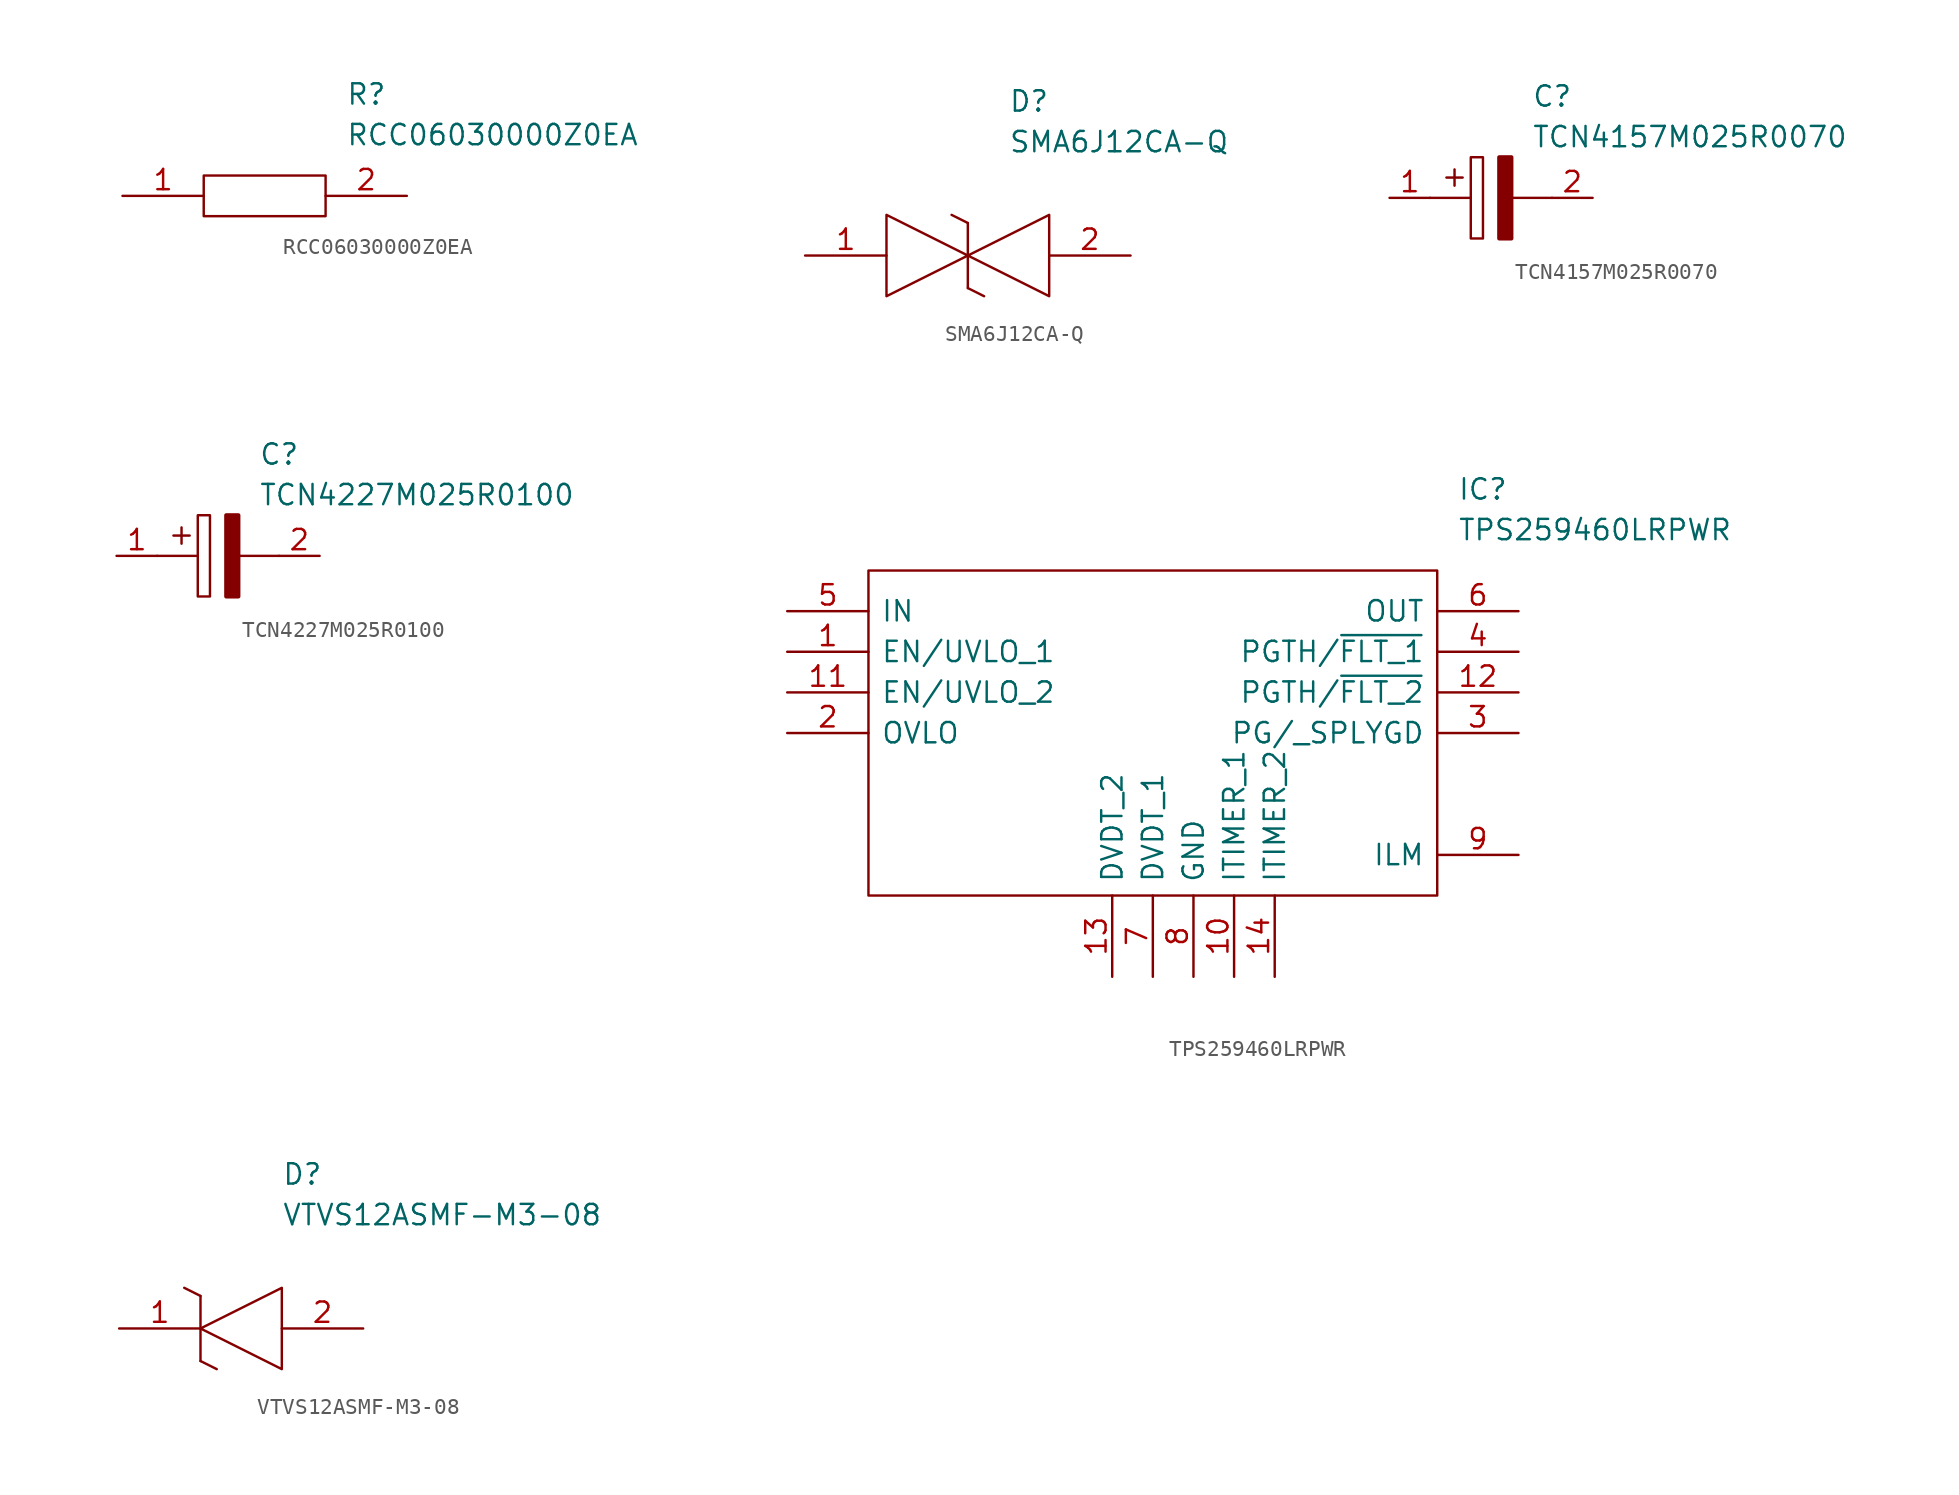
<source format=kicad_sym>
(kicad_symbol_lib
  (version 20211014)
  (generator kicad_symbol_editor)
  (symbol "RCC06030000Z0EA"
    (pin_names
      (offset 0.762))
    (property "Reference" "R"
      (at 13.97 6.35 0)
      (effects (font (size 1.27 1.27)) (justify left)))
    (property "Value" "RCC06030000Z0EA"
      (at 13.97 3.81 0)
      (effects (font (size 1.27 1.27)) (justify left)))
    (symbol "RCC06030000Z0EA_0_0"
      (pin passive line (at 0 0 0) (length 5.08) (name "~" (effects (font (size 1.27 1.27)))) (number "1" (effects (font (size 1.27 1.27)))))
      (pin passive line (at 17.78 0 180) (length 5.08) (name "~" (effects (font (size 1.27 1.27)))) (number "2" (effects (font (size 1.27 1.27))))))
    (symbol "RCC06030000Z0EA_0_1"
      (polyline (pts (xy 5.08 1.27) (xy 12.7 1.27) (xy 12.7 -1.27) (xy 5.08 -1.27) (xy 5.08 1.27)) (stroke (width 0.152) (type default) (color 0 0 0 0)) (fill (type none)))))
  (symbol "SMA6J12CA-Q"
    (pin_names
      (offset 0.762))
    (property "Reference" "D"
      (at 12.7 8.89 0)
      (effects (font (size 1.27 1.27)) (justify left bottom)))
    (property "Value" "SMA6J12CA-Q"
      (at 12.7 6.35 0)
      (effects (font (size 1.27 1.27)) (justify left bottom)))
    (symbol "SMA6J12CA-Q_0_0"
      (pin passive line (at 0 0 0) (length 5.08) (name "~" (effects (font (size 1.27 1.27)))) (number "1" (effects (font (size 1.27 1.27)))))
      (pin passive line (at 20.32 0 180) (length 5.08) (name "~" (effects (font (size 1.27 1.27)))) (number "2" (effects (font (size 1.27 1.27))))))
    (symbol "SMA6J12CA-Q_0_1"
      (polyline (pts (xy 9.144 2.54) (xy 10.16 2.032)) (stroke (width 0.152) (type default) (color 0 0 0 0)) (fill (type none)))
      (polyline (pts (xy 10.16 -2.032) (xy 10.16 2.032)) (stroke (width 0.152) (type default) (color 0 0 0 0)) (fill (type none)))
      (polyline (pts (xy 10.16 -2.032) (xy 11.176 -2.54)) (stroke (width 0.152) (type default) (color 0 0 0 0)) (fill (type none)))
      (polyline (pts (xy 10.16 0) (xy 5.08 -2.54) (xy 5.08 2.54) (xy 10.16 0)) (stroke (width 0.152) (type default) (color 0 0 0 0)) (fill (type none)))
      (polyline (pts (xy 10.16 0) (xy 15.24 -2.54) (xy 15.24 2.54) (xy 10.16 0)) (stroke (width 0.152) (type default) (color 0 0 0 0)) (fill (type none)))))
  (symbol "TCN4157M025R0070"
    (pin_names
      (offset 0.762))
    (property "Reference" "C"
      (at 8.89 6.35 0)
      (effects (font (size 1.27 1.27)) (justify left)))
    (property "Value" "TCN4157M025R0070"
      (at 8.89 3.81 0)
      (effects (font (size 1.27 1.27)) (justify left)))
    (symbol "TCN4157M025R0070_0_0"
      (pin passive line (at 0 0 0) (length 2.54) (name "~" (effects (font (size 1.27 1.27)))) (number "1" (effects (font (size 1.27 1.27)))))
      (pin passive line (at 12.7 0 180) (length 2.54) (name "~" (effects (font (size 1.27 1.27)))) (number "2" (effects (font (size 1.27 1.27))))))
    (symbol "TCN4157M025R0070_0_1"
      (polyline (pts (xy 2.54 0) (xy 5.08 0)) (stroke (width 0.152) (type default) (color 0 0 0 0)) (fill (type none)))
      (polyline (pts (xy 4.064 1.778) (xy 4.064 0.762)) (stroke (width 0.152) (type default) (color 0 0 0 0)) (fill (type none)))
      (polyline (pts (xy 4.572 1.27) (xy 3.556 1.27)) (stroke (width 0.152) (type default) (color 0 0 0 0)) (fill (type none)))
      (polyline (pts (xy 7.62 0) (xy 10.16 0)) (stroke (width 0.152) (type default) (color 0 0 0 0)) (fill (type none)))
      (polyline (pts (xy 5.08 2.54) (xy 5.08 -2.54) (xy 5.842 -2.54) (xy 5.842 2.54) (xy 5.08 2.54)) (stroke (width 0.152) (type default) (color 0 0 0 0)) (fill (type none)))
      (polyline (pts (xy 7.62 2.54) (xy 7.62 -2.54) (xy 6.858 -2.54) (xy 6.858 2.54) (xy 7.62 2.54)) (stroke (width 0.254) (type default) (color 0 0 0 0)) (fill (type outline)))))
  (symbol "TCN4227M025R0100"
    (pin_names
      (offset 0.762))
    (property "Reference" "C"
      (at 8.89 6.35 0)
      (effects (font (size 1.27 1.27)) (justify left)))
    (property "Value" "TCN4227M025R0100"
      (at 8.89 3.81 0)
      (effects (font (size 1.27 1.27)) (justify left)))
    (symbol "TCN4227M025R0100_0_0"
      (pin passive line (at 0 0 0) (length 2.54) (name "~" (effects (font (size 1.27 1.27)))) (number "1" (effects (font (size 1.27 1.27)))))
      (pin passive line (at 12.7 0 180) (length 2.54) (name "~" (effects (font (size 1.27 1.27)))) (number "2" (effects (font (size 1.27 1.27))))))
    (symbol "TCN4227M025R0100_0_1"
      (polyline (pts (xy 2.54 0) (xy 5.08 0)) (stroke (width 0.152) (type default) (color 0 0 0 0)) (fill (type none)))
      (polyline (pts (xy 4.064 1.778) (xy 4.064 0.762)) (stroke (width 0.152) (type default) (color 0 0 0 0)) (fill (type none)))
      (polyline (pts (xy 4.572 1.27) (xy 3.556 1.27)) (stroke (width 0.152) (type default) (color 0 0 0 0)) (fill (type none)))
      (polyline (pts (xy 7.62 0) (xy 10.16 0)) (stroke (width 0.152) (type default) (color 0 0 0 0)) (fill (type none)))
      (polyline (pts (xy 5.08 2.54) (xy 5.08 -2.54) (xy 5.842 -2.54) (xy 5.842 2.54) (xy 5.08 2.54)) (stroke (width 0.152) (type default) (color 0 0 0 0)) (fill (type none)))
      (polyline (pts (xy 7.62 2.54) (xy 7.62 -2.54) (xy 6.858 -2.54) (xy 6.858 2.54) (xy 7.62 2.54)) (stroke (width 0.254) (type default) (color 0 0 0 0)) (fill (type outline)))))
  (symbol "TPS259460LRPWR"
    (pin_names
      (offset 0.762))
    (property "Reference" "IC"
      (at 41.91 7.62 0)
      (effects (font (size 1.27 1.27)) (justify left)))
    (property "Value" "TPS259460LRPWR"
      (at 41.91 5.08 0)
      (effects (font (size 1.27 1.27)) (justify left)))
    (symbol "TPS259460LRPWR_0_0"
      (pin passive line (at 0 -2.54 0) (length 5.08) (name "EN/UVLO_1" (effects (font (size 1.27 1.27)))) (number "1" (effects (font (size 1.27 1.27)))))
      (pin passive line (at 27.94 -22.86 90) (length 5.08) (name "ITIMER_1" (effects (font (size 1.27 1.27)))) (number "10" (effects (font (size 1.27 1.27)))))
      (pin passive line (at 0 -5.08 0) (length 5.08) (name "EN/UVLO_2" (effects (font (size 1.27 1.27)))) (number "11" (effects (font (size 1.27 1.27)))))
      (pin passive line (at 45.72 -5.08 180) (length 5.08) (name "PGTH/~{FLT_2}" (effects (font (size 1.27 1.27)))) (number "12" (effects (font (size 1.27 1.27)))))
      (pin passive line (at 20.32 -22.86 90) (length 5.08) (name "DVDT_2" (effects (font (size 1.27 1.27)))) (number "13" (effects (font (size 1.27 1.27)))))
      (pin passive line (at 30.48 -22.86 90) (length 5.08) (name "ITIMER_2" (effects (font (size 1.27 1.27)))) (number "14" (effects (font (size 1.27 1.27)))))
      (pin passive line (at 0 -7.62 0) (length 5.08) (name "OVLO" (effects (font (size 1.27 1.27)))) (number "2" (effects (font (size 1.27 1.27)))))
      (pin passive line (at 45.72 -7.62 180) (length 5.08) (name "PG/_SPLYGD" (effects (font (size 1.27 1.27)))) (number "3" (effects (font (size 1.27 1.27)))))
      (pin passive line (at 45.72 -2.54 180) (length 5.08) (name "PGTH/~{FLT_1}" (effects (font (size 1.27 1.27)))) (number "4" (effects (font (size 1.27 1.27)))))
      (pin passive line (at 0 0 0) (length 5.08) (name "IN" (effects (font (size 1.27 1.27)))) (number "5" (effects (font (size 1.27 1.27)))))
      (pin passive line (at 45.72 0 180) (length 5.08) (name "OUT" (effects (font (size 1.27 1.27)))) (number "6" (effects (font (size 1.27 1.27)))))
      (pin passive line (at 22.86 -22.86 90) (length 5.08) (name "DVDT_1" (effects (font (size 1.27 1.27)))) (number "7" (effects (font (size 1.27 1.27)))))
      (pin passive line (at 25.4 -22.86 90) (length 5.08) (name "GND" (effects (font (size 1.27 1.27)))) (number "8" (effects (font (size 1.27 1.27)))))
      (pin passive line (at 45.72 -15.24 180) (length 5.08) (name "ILM" (effects (font (size 1.27 1.27)))) (number "9" (effects (font (size 1.27 1.27))))))
    (symbol "TPS259460LRPWR_0_1"
      (polyline (pts (xy 5.08 2.54) (xy 40.64 2.54) (xy 40.64 -17.78) (xy 5.08 -17.78) (xy 5.08 2.54)) (stroke (width 0.152) (type default) (color 0 0 0 0)) (fill (type none)))))
  (symbol "VTVS12ASMF-M3-08"
    (pin_names
      (offset 0.762))
    (property "Reference" "D"
      (at 10.16 8.89 0)
      (effects (font (size 1.27 1.27)) (justify left bottom)))
    (property "Value" "VTVS12ASMF-M3-08"
      (at 10.16 6.35 0)
      (effects (font (size 1.27 1.27)) (justify left bottom)))
    (symbol "VTVS12ASMF-M3-08_0_0"
      (pin passive line (at 0 0 0) (length 5.08) (name "~" (effects (font (size 1.27 1.27)))) (number "1" (effects (font (size 1.27 1.27)))))
      (pin passive line (at 15.24 0 180) (length 5.08) (name "~" (effects (font (size 1.27 1.27)))) (number "2" (effects (font (size 1.27 1.27))))))
    (symbol "VTVS12ASMF-M3-08_0_1"
      (polyline (pts (xy 4.064 2.54) (xy 5.08 2.032)) (stroke (width 0.152) (type default) (color 0 0 0 0)) (fill (type none)))
      (polyline (pts (xy 5.08 -2.032) (xy 5.08 2.032)) (stroke (width 0.152) (type default) (color 0 0 0 0)) (fill (type none)))
      (polyline (pts (xy 5.08 -2.032) (xy 6.096 -2.54)) (stroke (width 0.152) (type default) (color 0 0 0 0)) (fill (type none)))
      (polyline (pts (xy 5.08 0) (xy 10.16 2.54) (xy 10.16 -2.54) (xy 5.08 0)) (stroke (width 0.152) (type default) (color 0 0 0 0)) (fill (type none))))))
</source>
